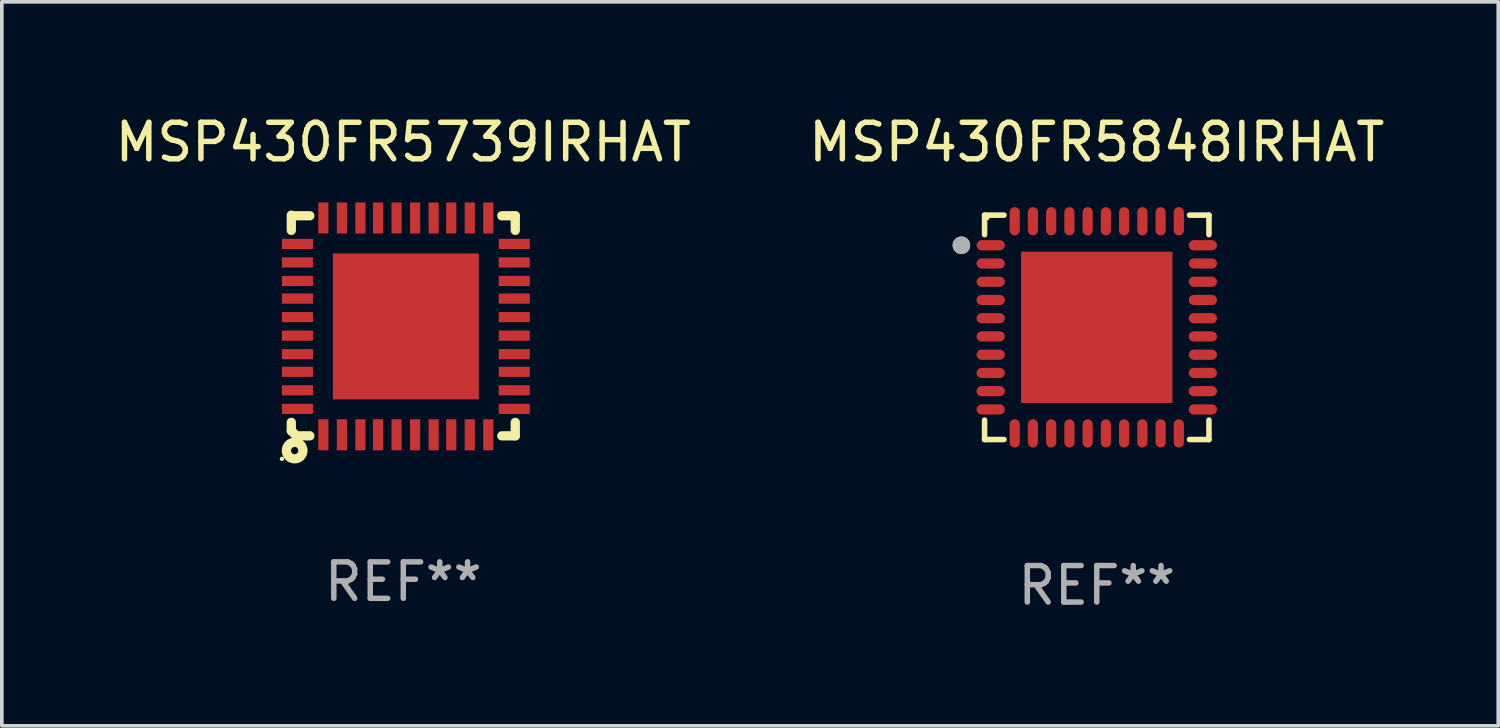
<source format=kicad_pcb>
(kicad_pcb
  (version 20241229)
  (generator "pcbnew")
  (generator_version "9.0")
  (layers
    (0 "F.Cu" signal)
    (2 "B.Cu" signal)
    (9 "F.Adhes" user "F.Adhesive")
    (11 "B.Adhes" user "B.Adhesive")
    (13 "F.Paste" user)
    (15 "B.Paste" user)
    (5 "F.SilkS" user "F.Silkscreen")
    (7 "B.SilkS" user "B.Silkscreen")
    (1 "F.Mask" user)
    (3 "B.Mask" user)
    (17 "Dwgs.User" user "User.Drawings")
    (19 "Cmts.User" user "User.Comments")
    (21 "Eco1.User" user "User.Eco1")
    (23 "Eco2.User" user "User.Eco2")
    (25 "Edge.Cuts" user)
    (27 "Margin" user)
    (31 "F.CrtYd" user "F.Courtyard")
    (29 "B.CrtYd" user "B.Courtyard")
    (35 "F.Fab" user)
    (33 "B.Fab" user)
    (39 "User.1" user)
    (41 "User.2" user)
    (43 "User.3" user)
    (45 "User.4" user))
  (footprint "MSP430FR5848IRHAT"
    (layer "F.Cu")
    (at 27.018 5.924)
    (property "Reference" "MSP430FR5848IRHAT" (at 0 -5.076 0) (layer "F.SilkS") (effects (font (size 1 1) (thickness 0.15))))
    (attr through_hole)
    (fp_line (start -3.076 -3.076) (end -2.542 -3.076) (stroke (width 0.152) (type solid)) (layer "F.SilkS"))
    (fp_line (start -3.076 -2.542) (end -3.076 -3.076) (stroke (width 0.152) (type solid)) (layer "F.SilkS"))
    (fp_line (start -3.076 2.542) (end -3.076 3.076) (stroke (width 0.152) (type solid)) (layer "F.SilkS"))
    (fp_line (start -3.076 3.076) (end -2.542 3.076) (stroke (width 0.152) (type solid)) (layer "F.SilkS"))
    (fp_line (start 3.076 -3.076) (end 2.542 -3.076) (stroke (width 0.152) (type solid)) (layer "F.SilkS"))
    (fp_line (start 3.076 -2.542) (end 3.076 -3.076) (stroke (width 0.152) (type solid)) (layer "F.SilkS"))
    (fp_line (start 3.076 2.542) (end 3.076 3.076) (stroke (width 0.152) (type solid)) (layer "F.SilkS"))
    (fp_line (start 3.076 3.076) (end 2.542 3.076) (stroke (width 0.152) (type solid)) (layer "F.SilkS"))
    (fp_circle (center -3.711 -2.25) (end -3.591 -2.25) (stroke (width 0.24) (type solid)) (fill no) (layer "F.SilkS"))
    (fp_circle (center -3 -3) (end -2.97 -3) (stroke (width 0.06) (type solid)) (fill no) (layer "F.SilkS"))
    (fp_circle (center -3.711 -2.25) (end -3.591 -2.25) (stroke (width 0.24) (type solid)) (fill no) (layer "F.Fab"))
    (fp_text user "REF**" (at 0 7.076 0) (layer "F.Fab") (effects (font (size 1 1) (thickness 0.15))))
    (pad "1" smd oval (at -2.908 -2.25) (size 0.775 0.28) (layers "F.Cu" "F.Mask" "F.Paste"))
    (pad "2" smd oval (at -2.908 -1.75) (size 0.775 0.28) (layers "F.Cu" "F.Mask" "F.Paste"))
    (pad "3" smd oval (at -2.908 -1.25) (size 0.775 0.28) (layers "F.Cu" "F.Mask" "F.Paste"))
    (pad "4" smd oval (at -2.908 -0.75) (size 0.775 0.28) (layers "F.Cu" "F.Mask" "F.Paste"))
    (pad "5" smd oval (at -2.908 -0.25) (size 0.775 0.28) (layers "F.Cu" "F.Mask" "F.Paste"))
    (pad "6" smd oval (at -2.908 0.25) (size 0.775 0.28) (layers "F.Cu" "F.Mask" "F.Paste"))
    (pad "7" smd oval (at -2.908 0.75) (size 0.775 0.28) (layers "F.Cu" "F.Mask" "F.Paste"))
    (pad "8" smd oval (at -2.908 1.25) (size 0.775 0.28) (layers "F.Cu" "F.Mask" "F.Paste"))
    (pad "9" smd oval (at -2.908 1.75) (size 0.775 0.28) (layers "F.Cu" "F.Mask" "F.Paste"))
    (pad "10" smd oval (at -2.908 2.25) (size 0.775 0.28) (layers "F.Cu" "F.Mask" "F.Paste"))
    (pad "11" smd oval (at -2.25 2.908) (size 0.28 0.775) (layers "F.Cu" "F.Mask" "F.Paste"))
    (pad "12" smd oval (at -1.75 2.908) (size 0.28 0.775) (layers "F.Cu" "F.Mask" "F.Paste"))
    (pad "13" smd oval (at -1.25 2.908) (size 0.28 0.775) (layers "F.Cu" "F.Mask" "F.Paste"))
    (pad "14" smd oval (at -0.75 2.908) (size 0.28 0.775) (layers "F.Cu" "F.Mask" "F.Paste"))
    (pad "15" smd oval (at -0.25 2.908) (size 0.28 0.775) (layers "F.Cu" "F.Mask" "F.Paste"))
    (pad "16" smd oval (at 0.25 2.908) (size 0.28 0.775) (layers "F.Cu" "F.Mask" "F.Paste"))
    (pad "17" smd oval (at 0.75 2.908) (size 0.28 0.775) (layers "F.Cu" "F.Mask" "F.Paste"))
    (pad "18" smd oval (at 1.25 2.908) (size 0.28 0.775) (layers "F.Cu" "F.Mask" "F.Paste"))
    (pad "19" smd oval (at 1.75 2.908) (size 0.28 0.775) (layers "F.Cu" "F.Mask" "F.Paste"))
    (pad "20" smd oval (at 2.25 2.908) (size 0.28 0.775) (layers "F.Cu" "F.Mask" "F.Paste"))
    (pad "21" smd oval (at 2.908 2.25) (size 0.775 0.28) (layers "F.Cu" "F.Mask" "F.Paste"))
    (pad "22" smd oval (at 2.908 1.75) (size 0.775 0.28) (layers "F.Cu" "F.Mask" "F.Paste"))
    (pad "23" smd oval (at 2.908 1.25) (size 0.775 0.28) (layers "F.Cu" "F.Mask" "F.Paste"))
    (pad "24" smd oval (at 2.908 0.75) (size 0.775 0.28) (layers "F.Cu" "F.Mask" "F.Paste"))
    (pad "25" smd oval (at 2.908 0.25) (size 0.775 0.28) (layers "F.Cu" "F.Mask" "F.Paste"))
    (pad "26" smd oval (at 2.908 -0.25) (size 0.775 0.28) (layers "F.Cu" "F.Mask" "F.Paste"))
    (pad "27" smd oval (at 2.908 -0.75) (size 0.775 0.28) (layers "F.Cu" "F.Mask" "F.Paste"))
    (pad "28" smd oval (at 2.908 -1.25) (size 0.775 0.28) (layers "F.Cu" "F.Mask" "F.Paste"))
    (pad "29" smd oval (at 2.908 -1.75) (size 0.775 0.28) (layers "F.Cu" "F.Mask" "F.Paste"))
    (pad "30" smd oval (at 2.908 -2.25) (size 0.775 0.28) (layers "F.Cu" "F.Mask" "F.Paste"))
    (pad "31" smd oval (at 2.25 -2.908) (size 0.28 0.775) (layers "F.Cu" "F.Mask" "F.Paste"))
    (pad "32" smd oval (at 1.75 -2.908) (size 0.28 0.775) (layers "F.Cu" "F.Mask" "F.Paste"))
    (pad "33" smd oval (at 1.25 -2.908) (size 0.28 0.775) (layers "F.Cu" "F.Mask" "F.Paste"))
    (pad "34" smd oval (at 0.75 -2.908) (size 0.28 0.775) (layers "F.Cu" "F.Mask" "F.Paste"))
    (pad "35" smd oval (at 0.25 -2.908) (size 0.28 0.775) (layers "F.Cu" "F.Mask" "F.Paste"))
    (pad "36" smd oval (at -0.25 -2.908) (size 0.28 0.775) (layers "F.Cu" "F.Mask" "F.Paste"))
    (pad "37" smd oval (at -0.75 -2.908) (size 0.28 0.775) (layers "F.Cu" "F.Mask" "F.Paste"))
    (pad "38" smd oval (at -1.25 -2.908) (size 0.28 0.775) (layers "F.Cu" "F.Mask" "F.Paste"))
    (pad "39" smd oval (at -1.75 -2.908) (size 0.28 0.775) (layers "F.Cu" "F.Mask" "F.Paste"))
    (pad "40" smd oval (at -2.25 -2.908) (size 0.28 0.775) (layers "F.Cu" "F.Mask" "F.Paste"))
    (pad "41" smd rect (at 0 0) (size 4.15 4.15) (layers "F.Cu" "F.Mask" "F.Paste")))
  (footprint "MSP430FR5739IRHAT"
    (layer "F.Cu")
    (at 8.006 5.873)
    (property "Reference" "MSP430FR5739IRHAT" (at 0 -5.025 0) (layer "F.SilkS") (effects (font (size 1 1) (thickness 0.15))))
    (attr through_hole)
    (fp_line (start -3.07 -3.025) (end -3.07 -2.607) (stroke (width 0.254) (type solid)) (layer "F.SilkS"))
    (fp_line (start -3.07 2.656) (end -3.07 2.885) (stroke (width 0.254) (type solid)) (layer "F.SilkS"))
    (fp_line (start -3.07 2.885) (end -2.93 3.025) (stroke (width 0.254) (type solid)) (layer "F.SilkS"))
    (fp_line (start -3.005 -3.007) (end -2.562 -3.007) (stroke (width 0.254) (type solid)) (layer "F.SilkS"))
    (fp_line (start -2.93 3.025) (end -2.562 3.025) (stroke (width 0.254) (type solid)) (layer "F.SilkS"))
    (fp_line (start 2.701 -3.007) (end 3.07 -3.007) (stroke (width 0.254) (type solid)) (layer "F.SilkS"))
    (fp_line (start 2.701 3.025) (end 3.07 3.025) (stroke (width 0.254) (type solid)) (layer "F.SilkS"))
    (fp_line (start 3.07 -2.607) (end 3.07 -3.007) (stroke (width 0.254) (type solid)) (layer "F.SilkS"))
    (fp_line (start 3.07 3.025) (end 3.07 2.656) (stroke (width 0.254) (type solid)) (layer "F.SilkS"))
    (fp_circle (center -3.327 3.656) (end -3.297 3.656) (stroke (width 0.06) (type solid)) (fill no) (layer "F.SilkS"))
    (fp_circle (center -2.978 3.429) (end -2.878 3.429) (stroke (width 0.254) (type solid)) (fill no) (layer "F.SilkS"))
    (fp_text user "REF**" (at 0 7.025 0) (layer "F.Fab") (effects (font (size 1 1) (thickness 0.15))))
    (pad "1" smd rect (at -2.191 2.997 90) (size 0.851 0.279) (layers "F.Cu" "F.Mask" "F.Paste"))
    (pad "2" smd rect (at -1.683 2.997 90) (size 0.851 0.279) (layers "F.Cu" "F.Mask" "F.Paste"))
    (pad "3" smd rect (at -1.175 2.997 90) (size 0.851 0.279) (layers "F.Cu" "F.Mask" "F.Paste"))
    (pad "4" smd rect (at -0.692 2.997 90) (size 0.851 0.279) (layers "F.Cu" "F.Mask" "F.Paste"))
    (pad "5" smd rect (at -0.184 2.997 90) (size 0.851 0.279) (layers "F.Cu" "F.Mask" "F.Paste"))
    (pad "6" smd rect (at 0.324 2.997 90) (size 0.851 0.279) (layers "F.Cu" "F.Mask" "F.Paste"))
    (pad "7" smd rect (at 0.832 2.997 90) (size 0.851 0.279) (layers "F.Cu" "F.Mask" "F.Paste"))
    (pad "8" smd rect (at 1.315 2.997 90) (size 0.851 0.279) (layers "F.Cu" "F.Mask" "F.Paste"))
    (pad "9" smd rect (at 1.823 2.997 90) (size 0.851 0.279) (layers "F.Cu" "F.Mask" "F.Paste"))
    (pad "10" smd rect (at 2.331 2.997 90) (size 0.851 0.279) (layers "F.Cu" "F.Mask" "F.Paste"))
    (pad "11" smd rect (at 3.042 2.286 180) (size 0.851 0.279) (layers "F.Cu" "F.Mask" "F.Paste"))
    (pad "12" smd rect (at 3.042 1.778 180) (size 0.851 0.279) (layers "F.Cu" "F.Mask" "F.Paste"))
    (pad "13" smd rect (at 3.042 1.27 180) (size 0.851 0.279) (layers "F.Cu" "F.Mask" "F.Paste"))
    (pad "14" smd rect (at 3.042 0.787 180) (size 0.851 0.279) (layers "F.Cu" "F.Mask" "F.Paste"))
    (pad "15" smd rect (at 3.042 0.279 180) (size 0.851 0.279) (layers "F.Cu" "F.Mask" "F.Paste"))
    (pad "16" smd rect (at 3.042 -0.229 180) (size 0.851 0.279) (layers "F.Cu" "F.Mask" "F.Paste"))
    (pad "17" smd rect (at 3.042 -0.737 180) (size 0.851 0.279) (layers "F.Cu" "F.Mask" "F.Paste"))
    (pad "18" smd rect (at 3.042 -1.22 180) (size 0.851 0.279) (layers "F.Cu" "F.Mask" "F.Paste"))
    (pad "19" smd rect (at 3.042 -1.728 180) (size 0.851 0.279) (layers "F.Cu" "F.Mask" "F.Paste"))
    (pad "20" smd rect (at 3.042 -2.236 180) (size 0.851 0.279) (layers "F.Cu" "F.Mask" "F.Paste"))
    (pad "21" smd rect (at 2.331 -2.947 270) (size 0.851 0.279) (layers "F.Cu" "F.Mask" "F.Paste"))
    (pad "22" smd rect (at 1.823 -2.947 270) (size 0.851 0.279) (layers "F.Cu" "F.Mask" "F.Paste"))
    (pad "23" smd rect (at 1.315 -2.947 270) (size 0.851 0.279) (layers "F.Cu" "F.Mask" "F.Paste"))
    (pad "24" smd rect (at 0.832 -2.947 270) (size 0.851 0.279) (layers "F.Cu" "F.Mask" "F.Paste"))
    (pad "25" smd rect (at 0.324 -2.947 270) (size 0.851 0.279) (layers "F.Cu" "F.Mask" "F.Paste"))
    (pad "26" smd rect (at -0.184 -2.947 270) (size 0.851 0.279) (layers "F.Cu" "F.Mask" "F.Paste"))
    (pad "27" smd rect (at -0.692 -2.947 270) (size 0.851 0.279) (layers "F.Cu" "F.Mask" "F.Paste"))
    (pad "28" smd rect (at -1.175 -2.947 270) (size 0.851 0.279) (layers "F.Cu" "F.Mask" "F.Paste"))
    (pad "29" smd rect (at -1.683 -2.947 270) (size 0.851 0.279) (layers "F.Cu" "F.Mask" "F.Paste"))
    (pad "30" smd rect (at -2.191 -2.947 270) (size 0.851 0.279) (layers "F.Cu" "F.Mask" "F.Paste"))
    (pad "31" smd rect (at -2.902 -2.236) (size 0.851 0.279) (layers "F.Cu" "F.Mask" "F.Paste"))
    (pad "32" smd rect (at -2.902 -1.728) (size 0.851 0.279) (layers "F.Cu" "F.Mask" "F.Paste"))
    (pad "33" smd rect (at -2.902 -1.22) (size 0.851 0.279) (layers "F.Cu" "F.Mask" "F.Paste"))
    (pad "34" smd rect (at -2.902 -0.737) (size 0.851 0.279) (layers "F.Cu" "F.Mask" "F.Paste"))
    (pad "35" smd rect (at -2.902 -0.229) (size 0.851 0.279) (layers "F.Cu" "F.Mask" "F.Paste"))
    (pad "36" smd rect (at -2.902 0.279) (size 0.851 0.279) (layers "F.Cu" "F.Mask" "F.Paste"))
    (pad "37" smd rect (at -2.902 0.787) (size 0.851 0.279) (layers "F.Cu" "F.Mask" "F.Paste"))
    (pad "38" smd rect (at -2.902 1.27) (size 0.851 0.279) (layers "F.Cu" "F.Mask" "F.Paste"))
    (pad "39" smd rect (at -2.902 1.778) (size 0.851 0.279) (layers "F.Cu" "F.Mask" "F.Paste"))
    (pad "40" smd rect (at -2.902 2.286) (size 0.851 0.279) (layers "F.Cu" "F.Mask" "F.Paste"))
    (pad "41" smd rect (at 0.07 0.025 90) (size 4.001 4.001) (layers "F.Cu" "F.Mask" "F.Paste")))
  (gr_rect
    (start -3 -3)
    (end 38.024 16.849)
    (stroke (width 0.1) (type default))
    (fill no)
    (layer "Edge.Cuts")))
</source>
